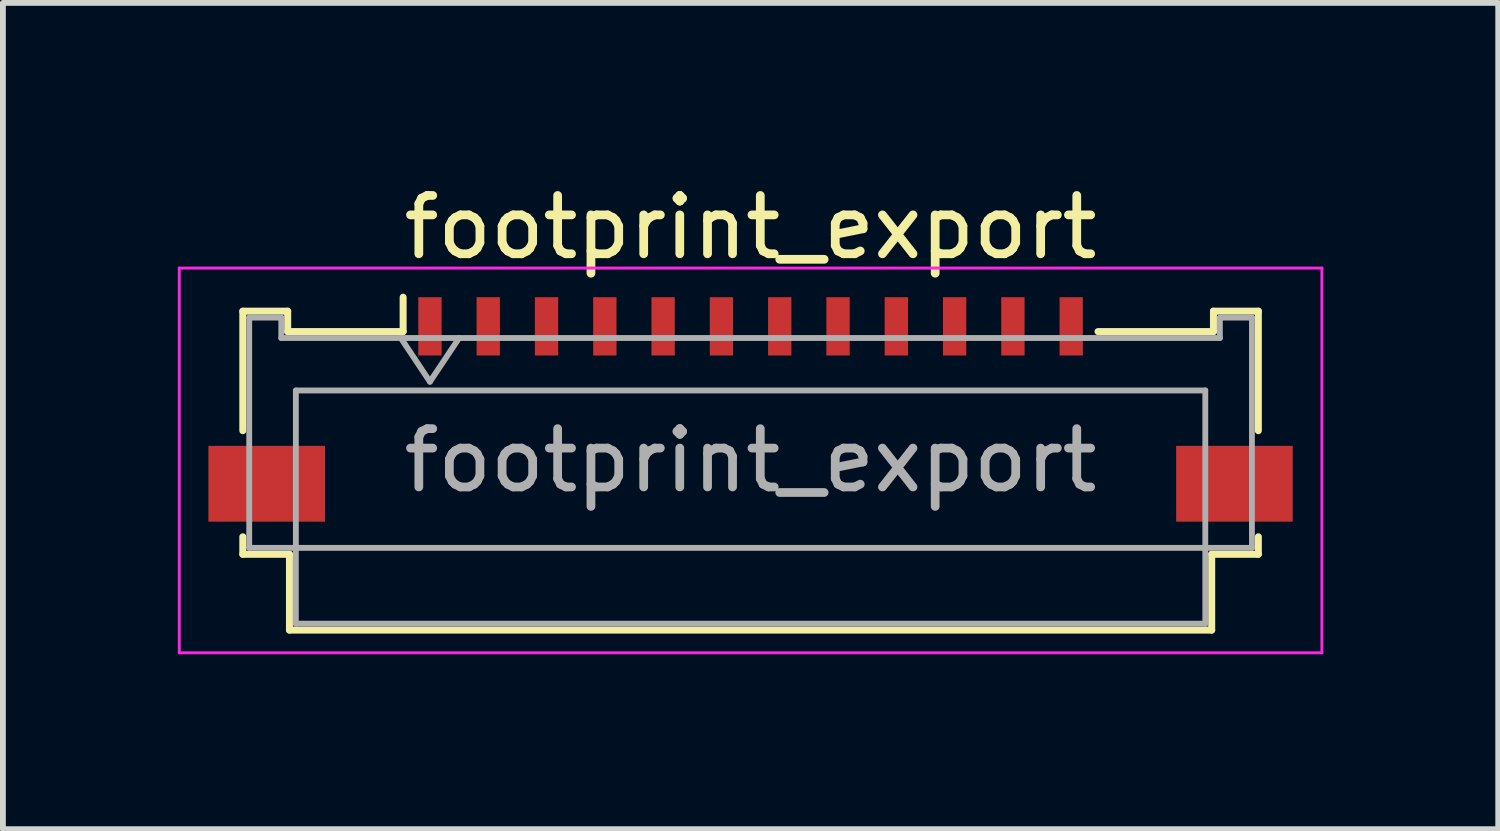
<source format=kicad_pcb>
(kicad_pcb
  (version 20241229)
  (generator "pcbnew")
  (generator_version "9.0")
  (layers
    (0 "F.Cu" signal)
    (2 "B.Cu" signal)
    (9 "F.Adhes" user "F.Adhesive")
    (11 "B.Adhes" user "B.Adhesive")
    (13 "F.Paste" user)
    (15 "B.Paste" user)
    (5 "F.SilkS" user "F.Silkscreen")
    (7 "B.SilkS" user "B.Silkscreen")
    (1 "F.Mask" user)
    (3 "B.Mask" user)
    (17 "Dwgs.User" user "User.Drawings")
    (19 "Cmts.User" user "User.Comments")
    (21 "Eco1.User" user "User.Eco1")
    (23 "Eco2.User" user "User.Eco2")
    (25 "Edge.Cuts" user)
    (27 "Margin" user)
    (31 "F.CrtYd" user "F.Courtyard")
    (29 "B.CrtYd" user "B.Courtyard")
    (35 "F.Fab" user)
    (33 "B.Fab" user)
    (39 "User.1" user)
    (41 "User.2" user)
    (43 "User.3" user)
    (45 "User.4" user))
  (footprint "footprint_export"
    (layer "F.Cu")
    (at 9.825 3.458)
    (property "Reference" "footprint_export" (at 0 -2.61 0) (layer "F.SilkS") (effects (font (size 1 1) (thickness 0.15))))
    (attr smd)
    (fp_line (start -8.71 -1.17) (end -8.71 0.88) (stroke (width 0.12) (type solid)) (layer "F.SilkS"))
    (fp_line (start -8.71 2.7) (end -8.71 3) (stroke (width 0.12) (type solid)) (layer "F.SilkS"))
    (fp_line (start -8.71 3) (end -7.91 3) (stroke (width 0.12) (type solid)) (layer "F.SilkS"))
    (fp_line (start -7.94 -1.17) (end -8.71 -1.17) (stroke (width 0.12) (type solid)) (layer "F.SilkS"))
    (fp_line (start -7.94 -0.82) (end -7.94 -1.17) (stroke (width 0.12) (type solid)) (layer "F.SilkS"))
    (fp_line (start -7.91 3) (end -7.91 4.3) (stroke (width 0.12) (type solid)) (layer "F.SilkS"))
    (fp_line (start -7.91 4.3) (end 7.91 4.3) (stroke (width 0.12) (type solid)) (layer "F.SilkS"))
    (fp_line (start -5.96 -1.41) (end -5.96 -0.82) (stroke (width 0.12) (type solid)) (layer "F.SilkS"))
    (fp_line (start -5.96 -0.82) (end -7.94 -0.82) (stroke (width 0.12) (type solid)) (layer "F.SilkS"))
    (fp_line (start 7.91 3) (end 8.71 3) (stroke (width 0.12) (type solid)) (layer "F.SilkS"))
    (fp_line (start 7.91 4.3) (end 7.91 3) (stroke (width 0.12) (type solid)) (layer "F.SilkS"))
    (fp_line (start 7.94 -1.17) (end 7.94 -0.82) (stroke (width 0.12) (type solid)) (layer "F.SilkS"))
    (fp_line (start 7.94 -0.82) (end 5.96 -0.82) (stroke (width 0.12) (type solid)) (layer "F.SilkS"))
    (fp_line (start 8.71 -1.17) (end 7.94 -1.17) (stroke (width 0.12) (type solid)) (layer "F.SilkS"))
    (fp_line (start 8.71 0.88) (end 8.71 -1.17) (stroke (width 0.12) (type solid)) (layer "F.SilkS"))
    (fp_line (start 8.71 3) (end 8.71 2.7) (stroke (width 0.12) (type solid)) (layer "F.SilkS"))
    (fp_line (start -9.8 -1.91) (end -9.8 4.69) (stroke (width 0.05) (type solid)) (layer "F.CrtYd"))
    (fp_line (start -9.8 4.69) (end 9.8 4.69) (stroke (width 0.05) (type solid)) (layer "F.CrtYd"))
    (fp_line (start 9.8 -1.91) (end -9.8 -1.91) (stroke (width 0.05) (type solid)) (layer "F.CrtYd"))
    (fp_line (start 9.8 4.69) (end 9.8 -1.91) (stroke (width 0.05) (type solid)) (layer "F.CrtYd"))
    (fp_line (start -8.6 -1.06) (end -8.6 2.89) (stroke (width 0.1) (type solid)) (layer "F.Fab"))
    (fp_line (start -8.6 2.89) (end 8.6 2.89) (stroke (width 0.1) (type solid)) (layer "F.Fab"))
    (fp_line (start -8.05 -1.06) (end -8.6 -1.06) (stroke (width 0.1) (type solid)) (layer "F.Fab"))
    (fp_line (start -8.05 -0.71) (end -8.05 -1.06) (stroke (width 0.1) (type solid)) (layer "F.Fab"))
    (fp_line (start -7.8 0.19) (end -7.8 4.19) (stroke (width 0.1) (type solid)) (layer "F.Fab"))
    (fp_line (start -7.8 4.19) (end 7.8 4.19) (stroke (width 0.1) (type solid)) (layer "F.Fab"))
    (fp_line (start -6 -0.71) (end -5.5 0.04) (stroke (width 0.1) (type solid)) (layer "F.Fab"))
    (fp_line (start -5.5 0.04) (end -5 -0.71) (stroke (width 0.1) (type solid)) (layer "F.Fab"))
    (fp_line (start 7.8 0.19) (end -7.8 0.19) (stroke (width 0.1) (type solid)) (layer "F.Fab"))
    (fp_line (start 7.8 4.19) (end 7.8 0.19) (stroke (width 0.1) (type solid)) (layer "F.Fab"))
    (fp_line (start 8.05 -1.06) (end 8.05 -0.71) (stroke (width 0.1) (type solid)) (layer "F.Fab"))
    (fp_line (start 8.05 -0.71) (end -8.05 -0.71) (stroke (width 0.1) (type solid)) (layer "F.Fab"))
    (fp_line (start 8.6 -1.06) (end 8.05 -1.06) (stroke (width 0.1) (type solid)) (layer "F.Fab"))
    (fp_line (start 8.6 2.89) (end 8.6 -1.06) (stroke (width 0.1) (type solid)) (layer "F.Fab"))
    (fp_text user "${REFERENCE}" (at 0 1.39 0) (layer "F.Fab") (effects (font (size 1 1) (thickness 0.15))))
    (pad "1" smd rect (at -5.5 -0.91) (size 0.4 1) (layers "F.Cu" "F.Mask" "F.Paste"))
    (pad "2" smd rect (at -4.5 -0.91) (size 0.4 1) (layers "F.Cu" "F.Mask" "F.Paste"))
    (pad "3" smd rect (at -3.5 -0.91) (size 0.4 1) (layers "F.Cu" "F.Mask" "F.Paste"))
    (pad "4" smd rect (at -2.5 -0.91) (size 0.4 1) (layers "F.Cu" "F.Mask" "F.Paste"))
    (pad "5" smd rect (at -1.5 -0.91) (size 0.4 1) (layers "F.Cu" "F.Mask" "F.Paste"))
    (pad "6" smd rect (at -0.5 -0.91) (size 0.4 1) (layers "F.Cu" "F.Mask" "F.Paste"))
    (pad "7" smd rect (at 0.5 -0.91) (size 0.4 1) (layers "F.Cu" "F.Mask" "F.Paste"))
    (pad "8" smd rect (at 1.5 -0.91) (size 0.4 1) (layers "F.Cu" "F.Mask" "F.Paste"))
    (pad "9" smd rect (at 2.5 -0.91) (size 0.4 1) (layers "F.Cu" "F.Mask" "F.Paste"))
    (pad "10" smd rect (at 3.5 -0.91) (size 0.4 1) (layers "F.Cu" "F.Mask" "F.Paste"))
    (pad "11" smd rect (at 4.5 -0.91) (size 0.4 1) (layers "F.Cu" "F.Mask" "F.Paste"))
    (pad "12" smd rect (at 5.5 -0.91) (size 0.4 1) (layers "F.Cu" "F.Mask" "F.Paste"))
    (pad "MP" smd rect (at -8.3 1.79) (size 2 1.3) (layers "F.Cu" "F.Mask" "F.Paste"))
    (pad "MP" smd rect (at 8.3 1.79) (size 2 1.3) (layers "F.Cu" "F.Mask" "F.Paste")))
  (gr_rect
    (start -3 -3)
    (end 22.65 11.173)
    (stroke (width 0.1) (type default))
    (fill no)
    (layer "Edge.Cuts")))
</source>
